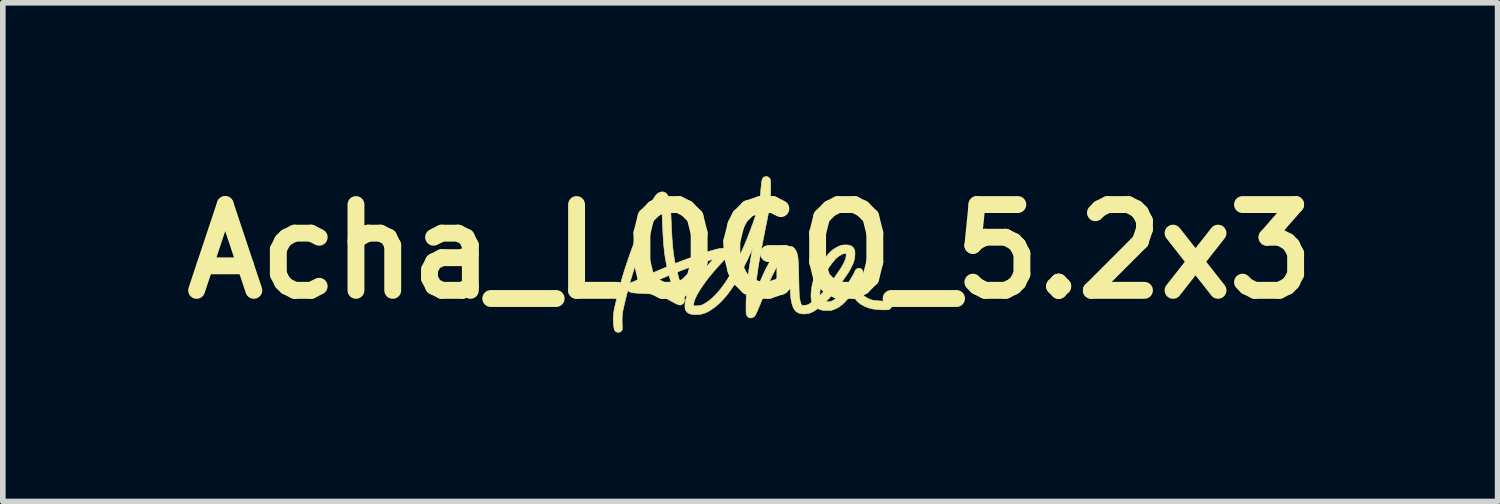
<source format=kicad_pcb>
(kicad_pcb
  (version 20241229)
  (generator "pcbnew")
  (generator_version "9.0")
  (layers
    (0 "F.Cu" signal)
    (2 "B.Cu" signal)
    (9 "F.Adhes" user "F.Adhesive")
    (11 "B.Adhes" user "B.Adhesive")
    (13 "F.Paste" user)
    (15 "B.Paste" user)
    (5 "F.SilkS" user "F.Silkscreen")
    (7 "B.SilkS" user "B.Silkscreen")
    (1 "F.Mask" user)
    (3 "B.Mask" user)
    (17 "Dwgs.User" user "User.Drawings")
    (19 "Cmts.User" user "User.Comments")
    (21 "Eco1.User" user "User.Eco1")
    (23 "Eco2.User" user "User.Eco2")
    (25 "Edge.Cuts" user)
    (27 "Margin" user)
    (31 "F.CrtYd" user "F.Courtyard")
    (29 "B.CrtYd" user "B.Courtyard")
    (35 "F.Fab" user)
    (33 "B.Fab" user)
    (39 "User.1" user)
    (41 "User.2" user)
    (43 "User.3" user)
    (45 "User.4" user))
  (footprint "Acha_LOGO_5.2x3"
    (layer "F.Cu")
    (at 10.276 1.418)
    (property "Reference" "Acha_LOGO_5.2x3" (at 0 0 0) (layer "F.SilkS") (effects (font (size 1.524 1.524) (thickness 0.3))))
    (attr through_hole)
    (fp_poly (pts (xy 0.316 -1.325) (xy 0.335 -1.312) (xy 0.337 -1.31) (xy 0.344 -1.302) (xy 0.349 -1.295) (xy 0.354 -1.286) (xy 0.357 -1.276) (xy 0.36 -1.264) (xy 0.362 -1.247) (xy 0.363 -1.227) (xy 0.363 -1.201) (xy 0.364 -1.17) (xy 0.363 -1.132) (xy 0.363 -1.086) (xy 0.363 -1.082) (xy 0.362 -1.045) (xy 0.362 -1.011) (xy 0.361 -0.98) (xy 0.36 -0.952) (xy 0.358 -0.924) (xy 0.356 -0.898) (xy 0.354 -0.871) (xy 0.35 -0.842) (xy 0.346 -0.813) (xy 0.341 -0.78) (xy 0.335 -0.745) (xy 0.328 -0.705) (xy 0.32 -0.661) (xy 0.31 -0.61) (xy 0.299 -0.554) (xy 0.286 -0.49) (xy 0.279 -0.457) (xy 0.258 -0.349) (xy 0.238 -0.248) (xy 0.22 -0.155) (xy 0.203 -0.068) (xy 0.188 0.012) (xy 0.175 0.087) (xy 0.162 0.157) (xy 0.151 0.222) (xy 0.141 0.283) (xy 0.133 0.341) (xy 0.125 0.396) (xy 0.118 0.448) (xy 0.112 0.498) (xy 0.106 0.547) (xy 0.101 0.595) (xy 0.097 0.643) (xy 0.095 0.664) (xy 0.093 0.689) (xy 0.092 0.711) (xy 0.091 0.728) (xy 0.09 0.739) (xy 0.09 0.743) (xy 0.092 0.74) (xy 0.096 0.729) (xy 0.103 0.713) (xy 0.112 0.691) (xy 0.123 0.664) (xy 0.136 0.634) (xy 0.149 0.601) (xy 0.15 0.599) (xy 0.178 0.53) (xy 0.204 0.468) (xy 0.229 0.412) (xy 0.252 0.361) (xy 0.276 0.313) (xy 0.3 0.267) (xy 0.324 0.222) (xy 0.35 0.177) (xy 0.365 0.152) (xy 0.404 0.093) (xy 0.443 0.042) (xy 0.482 -0.001) (xy 0.522 -0.036) (xy 0.563 -0.062) (xy 0.604 -0.08) (xy 0.607 -0.082) (xy 0.631 -0.087) (xy 0.657 -0.09) (xy 0.684 -0.092) (xy 0.71 -0.091) (xy 0.733 -0.088) (xy 0.75 -0.083) (xy 0.752 -0.082) (xy 0.775 -0.065) (xy 0.796 -0.041) (xy 0.815 -0.011) (xy 0.829 0.023) (xy 0.84 0.061) (xy 0.84 0.061) (xy 0.843 0.079) (xy 0.846 0.099) (xy 0.849 0.12) (xy 0.851 0.144) (xy 0.853 0.171) (xy 0.855 0.202) (xy 0.857 0.237) (xy 0.858 0.278) (xy 0.86 0.325) (xy 0.861 0.378) (xy 0.862 0.438) (xy 0.864 0.506) (xy 0.864 0.512) (xy 0.865 0.557) (xy 0.866 0.6) (xy 0.867 0.641) (xy 0.868 0.679) (xy 0.869 0.713) (xy 0.87 0.742) (xy 0.871 0.765) (xy 0.872 0.78) (xy 0.872 0.783) (xy 0.877 0.822) (xy 0.883 0.859) (xy 0.891 0.892) (xy 0.899 0.919) (xy 0.903 0.929) (xy 0.91 0.943) (xy 0.916 0.95) (xy 0.923 0.954) (xy 0.929 0.955) (xy 0.95 0.957) (xy 0.974 0.955) (xy 0.998 0.952) (xy 1.019 0.946) (xy 1.023 0.944) (xy 1.041 0.936) (xy 1.058 0.926) (xy 1.073 0.915) (xy 1.085 0.906) (xy 1.093 0.898) (xy 1.094 0.893) (xy 1.087 0.869) (xy 1.083 0.839) (xy 1.08 0.803) (xy 1.08 0.763) (xy 1.081 0.757) (xy 1.236 0.757) (xy 1.236 0.78) (xy 1.246 0.772) (xy 1.252 0.766) (xy 1.263 0.755) (xy 1.277 0.741) (xy 1.292 0.725) (xy 1.297 0.72) (xy 1.316 0.699) (xy 1.335 0.677) (xy 1.355 0.653) (xy 1.376 0.626) (xy 1.4 0.595) (xy 1.426 0.559) (xy 1.456 0.518) (xy 1.489 0.472) (xy 1.519 0.43) (xy 1.544 0.393) (xy 1.566 0.362) (xy 1.584 0.336) (xy 1.599 0.313) (xy 1.612 0.294) (xy 1.623 0.276) (xy 1.632 0.26) (xy 1.641 0.245) (xy 1.649 0.23) (xy 1.656 0.217) (xy 1.672 0.184) (xy 1.684 0.156) (xy 1.693 0.131) (xy 1.699 0.108) (xy 1.703 0.084) (xy 1.704 0.073) (xy 1.707 0.038) (xy 1.679 0.038) (xy 1.663 0.039) (xy 1.65 0.041) (xy 1.637 0.046) (xy 1.621 0.054) (xy 1.57 0.085) (xy 1.525 0.122) (xy 1.514 0.133) (xy 1.5 0.149) (xy 1.482 0.17) (xy 1.462 0.195) (xy 1.441 0.223) (xy 1.42 0.251) (xy 1.401 0.278) (xy 1.384 0.304) (xy 1.382 0.306) (xy 1.363 0.339) (xy 1.342 0.379) (xy 1.321 0.422) (xy 1.302 0.467) (xy 1.285 0.511) (xy 1.27 0.553) (xy 1.26 0.59) (xy 1.254 0.616) (xy 1.248 0.647) (xy 1.243 0.678) (xy 1.24 0.709) (xy 1.237 0.736) (xy 1.236 0.757) (xy 1.081 0.757) (xy 1.083 0.72) (xy 1.086 0.691) (xy 1.093 0.64) (xy 1.1 0.596) (xy 1.11 0.555) (xy 1.121 0.516) (xy 1.134 0.475) (xy 1.151 0.43) (xy 1.152 0.428) (xy 1.176 0.37) (xy 1.2 0.319) (xy 1.225 0.272) (xy 1.252 0.226) (xy 1.283 0.18) (xy 1.314 0.138) (xy 1.344 0.098) (xy 1.37 0.065) (xy 1.394 0.037) (xy 1.417 0.014) (xy 1.439 -0.007) (xy 1.462 -0.026) (xy 1.486 -0.043) (xy 1.528 -0.07) (xy 1.566 -0.09) (xy 1.603 -0.105) (xy 1.639 -0.114) (xy 1.675 -0.117) (xy 1.72 -0.117) (xy 1.759 -0.112) (xy 1.792 -0.1) (xy 1.818 -0.084) (xy 1.838 -0.061) (xy 1.853 -0.034) (xy 1.853 -0.032) (xy 1.858 -0.011) (xy 1.86 0.017) (xy 1.86 0.049) (xy 1.858 0.083) (xy 1.853 0.118) (xy 1.847 0.152) (xy 1.839 0.182) (xy 1.835 0.193) (xy 1.825 0.218) (xy 1.811 0.248) (xy 1.794 0.281) (xy 1.776 0.315) (xy 1.759 0.347) (xy 1.741 0.376) (xy 1.733 0.388) (xy 1.719 0.409) (xy 1.701 0.435) (xy 1.68 0.466) (xy 1.656 0.5) (xy 1.631 0.536) (xy 1.605 0.572) (xy 1.58 0.608) (xy 1.555 0.641) (xy 1.533 0.672) (xy 1.514 0.699) (xy 1.498 0.719) (xy 1.497 0.721) (xy 1.48 0.742) (xy 1.46 0.766) (xy 1.437 0.792) (xy 1.414 0.817) (xy 1.399 0.833) (xy 1.341 0.893) (xy 1.377 0.893) (xy 1.402 0.892) (xy 1.423 0.889) (xy 1.441 0.883) (xy 1.476 0.867) (xy 1.512 0.843) (xy 1.551 0.811) (xy 1.59 0.772) (xy 1.629 0.726) (xy 1.669 0.674) (xy 1.685 0.651) (xy 1.695 0.636) (xy 1.708 0.615) (xy 1.724 0.591) (xy 1.74 0.564) (xy 1.758 0.535) (xy 1.775 0.505) (xy 1.793 0.476) (xy 1.809 0.448) (xy 1.824 0.423) (xy 1.836 0.4) (xy 1.846 0.383) (xy 1.852 0.371) (xy 1.854 0.366) (xy 1.863 0.342) (xy 1.874 0.325) (xy 1.886 0.312) (xy 1.895 0.307) (xy 1.917 0.298) (xy 1.939 0.297) (xy 1.96 0.303) (xy 1.979 0.314) (xy 1.993 0.331) (xy 2.003 0.352) (xy 2.006 0.375) (xy 2.006 0.387) (xy 2.003 0.404) (xy 2 0.423) (xy 1.998 0.43) (xy 1.99 0.467) (xy 1.984 0.501) (xy 1.98 0.533) (xy 1.978 0.566) (xy 1.976 0.602) (xy 1.975 0.641) (xy 1.975 0.671) (xy 1.975 0.694) (xy 1.976 0.71) (xy 1.976 0.722) (xy 1.978 0.731) (xy 1.98 0.737) (xy 1.982 0.742) (xy 1.984 0.745) (xy 2.003 0.77) (xy 2.03 0.794) (xy 2.062 0.816) (xy 2.099 0.836) (xy 2.111 0.842) (xy 2.132 0.851) (xy 2.154 0.858) (xy 2.177 0.864) (xy 2.202 0.868) (xy 2.232 0.872) (xy 2.266 0.875) (xy 2.306 0.878) (xy 2.353 0.88) (xy 2.362 0.88) (xy 2.393 0.881) (xy 2.416 0.882) (xy 2.434 0.884) (xy 2.447 0.885) (xy 2.457 0.887) (xy 2.464 0.889) (xy 2.471 0.892) (xy 2.471 0.892) (xy 2.491 0.907) (xy 2.505 0.926) (xy 2.512 0.946) (xy 2.513 0.968) (xy 2.507 0.99) (xy 2.494 1.009) (xy 2.475 1.025) (xy 2.471 1.028) (xy 2.459 1.031) (xy 2.441 1.034) (xy 2.416 1.035) (xy 2.387 1.036) (xy 2.354 1.035) (xy 2.318 1.034) (xy 2.282 1.031) (xy 2.245 1.028) (xy 2.21 1.024) (xy 2.177 1.02) (xy 2.167 1.018) (xy 2.125 1.008) (xy 2.079 0.993) (xy 2.035 0.974) (xy 1.993 0.953) (xy 1.965 0.936) (xy 1.93 0.909) (xy 1.898 0.879) (xy 1.871 0.847) (xy 1.849 0.815) (xy 1.834 0.782) (xy 1.827 0.752) (xy 1.826 0.751) (xy 1.824 0.738) (xy 1.822 0.731) (xy 1.82 0.729) (xy 1.817 0.733) (xy 1.809 0.742) (xy 1.799 0.755) (xy 1.786 0.772) (xy 1.784 0.775) (xy 1.743 0.827) (xy 1.702 0.874) (xy 1.661 0.917) (xy 1.621 0.952) (xy 1.583 0.981) (xy 1.562 0.994) (xy 1.536 1.007) (xy 1.509 1.02) (xy 1.482 1.031) (xy 1.46 1.039) (xy 1.456 1.04) (xy 1.441 1.044) (xy 1.423 1.046) (xy 1.401 1.047) (xy 1.372 1.047) (xy 1.365 1.047) (xy 1.327 1.046) (xy 1.295 1.044) (xy 1.267 1.039) (xy 1.242 1.031) (xy 1.221 1.023) (xy 1.199 1.013) (xy 1.164 1.038) (xy 1.124 1.064) (xy 1.085 1.084) (xy 1.046 1.097) (xy 1.004 1.105) (xy 0.972 1.108) (xy 0.938 1.108) (xy 0.91 1.106) (xy 0.885 1.101) (xy 0.861 1.092) (xy 0.847 1.085) (xy 0.82 1.069) (xy 0.797 1.047) (xy 0.778 1.019) (xy 0.761 0.985) (xy 0.746 0.944) (xy 0.734 0.895) (xy 0.729 0.87) (xy 0.725 0.851) (xy 0.722 0.83) (xy 0.72 0.809) (xy 0.717 0.785) (xy 0.715 0.758) (xy 0.714 0.727) (xy 0.712 0.692) (xy 0.711 0.651) (xy 0.71 0.604) (xy 0.708 0.551) (xy 0.707 0.49) (xy 0.707 0.468) (xy 0.706 0.399) (xy 0.704 0.337) (xy 0.703 0.284) (xy 0.701 0.237) (xy 0.7 0.197) (xy 0.698 0.163) (xy 0.695 0.135) (xy 0.693 0.112) (xy 0.69 0.094) (xy 0.688 0.084) (xy 0.685 0.071) (xy 0.682 0.064) (xy 0.677 0.062) (xy 0.668 0.062) (xy 0.668 0.062) (xy 0.654 0.065) (xy 0.639 0.07) (xy 0.634 0.072) (xy 0.62 0.082) (xy 0.602 0.097) (xy 0.583 0.115) (xy 0.564 0.136) (xy 0.545 0.158) (xy 0.53 0.179) (xy 0.53 0.179) (xy 0.502 0.222) (xy 0.473 0.271) (xy 0.443 0.325) (xy 0.414 0.383) (xy 0.384 0.442) (xy 0.357 0.501) (xy 0.331 0.56) (xy 0.325 0.576) (xy 0.315 0.599) (xy 0.303 0.629) (xy 0.289 0.663) (xy 0.274 0.7) (xy 0.258 0.738) (xy 0.243 0.776) (xy 0.236 0.794) (xy 0.211 0.853) (xy 0.19 0.905) (xy 0.171 0.95) (xy 0.155 0.989) (xy 0.141 1.022) (xy 0.129 1.05) (xy 0.119 1.073) (xy 0.111 1.092) (xy 0.103 1.107) (xy 0.097 1.12) (xy 0.092 1.129) (xy 0.087 1.137) (xy 0.082 1.143) (xy 0.078 1.148) (xy 0.073 1.152) (xy 0.068 1.156) (xy 0.067 1.158) (xy 0.044 1.172) (xy 0.02 1.179) (xy -0.004 1.179) (xy -0.026 1.171) (xy -0.046 1.157) (xy -0.061 1.135) (xy -0.064 1.13) (xy -0.067 1.124) (xy -0.069 1.118) (xy -0.07 1.111) (xy -0.072 1.103) (xy -0.073 1.093) (xy -0.073 1.079) (xy -0.074 1.06) (xy -0.074 1.037) (xy -0.074 1.007) (xy -0.074 0.969) (xy -0.074 0.959) (xy -0.072 0.858) (xy -0.068 0.755) (xy -0.06 0.649) (xy -0.05 0.54) (xy -0.037 0.427) (xy -0.021 0.31) (xy -0.001 0.186) (xy 0.021 0.057) (xy 0.04 -0.042) (xy 0.041 -0.046) (xy 0.041 -0.048) (xy 0.04 -0.047) (xy 0.038 -0.044) (xy 0.034 -0.036) (xy 0.029 -0.024) (xy 0.021 -0.007) (xy 0.01 0.017) (xy -0.003 0.047) (xy -0.009 0.059) (xy -0.022 0.088) (xy -0.038 0.122) (xy -0.056 0.161) (xy -0.077 0.202) (xy -0.098 0.246) (xy -0.12 0.29) (xy -0.142 0.334) (xy -0.164 0.377) (xy -0.184 0.417) (xy -0.203 0.453) (xy -0.219 0.483) (xy -0.233 0.508) (xy -0.235 0.512) (xy -0.274 0.577) (xy -0.317 0.642) (xy -0.362 0.706) (xy -0.409 0.767) (xy -0.457 0.824) (xy -0.505 0.877) (xy -0.553 0.924) (xy -0.598 0.964) (xy -0.605 0.97) (xy -0.63 0.989) (xy -0.657 1.008) (xy -0.685 1.028) (xy -0.713 1.046) (xy -0.738 1.062) (xy -0.759 1.073) (xy -0.762 1.075) (xy -0.814 1.097) (xy -0.87 1.112) (xy -0.927 1.12) (xy -0.983 1.121) (xy -1.033 1.116) (xy -1.07 1.107) (xy -1.099 1.094) (xy -1.123 1.076) (xy -1.141 1.053) (xy -1.146 1.044) (xy -1.155 1.02) (xy -1.159 0.99) (xy -1.16 0.955) (xy -1.157 0.916) (xy -1.15 0.875) (xy -1.14 0.833) (xy -1.132 0.81) (xy -1.118 0.774) (xy -1.099 0.733) (xy -1.075 0.687) (xy -1.046 0.638) (xy -1.014 0.586) (xy -0.978 0.532) (xy -0.939 0.477) (xy -0.898 0.421) (xy -0.855 0.365) (xy -0.811 0.31) (xy -0.766 0.257) (xy -0.742 0.23) (xy -0.724 0.209) (xy -0.706 0.189) (xy -0.691 0.172) (xy -0.679 0.159) (xy -0.671 0.15) (xy -0.67 0.148) (xy -0.66 0.136) (xy -0.693 0.146) (xy -0.72 0.155) (xy -0.752 0.165) (xy -0.787 0.177) (xy -0.826 0.191) (xy -0.867 0.205) (xy -0.91 0.22) (xy -0.954 0.236) (xy -0.998 0.252) (xy -1.042 0.268) (xy -1.085 0.284) (xy -1.125 0.299) (xy -1.163 0.313) (xy -1.198 0.326) (xy -1.228 0.338) (xy -1.254 0.348) (xy -1.274 0.357) (xy -1.287 0.363) (xy -1.294 0.367) (xy -1.294 0.367) (xy -1.294 0.372) (xy -1.291 0.385) (xy -1.286 0.403) (xy -1.28 0.427) (xy -1.273 0.454) (xy -1.265 0.484) (xy -1.262 0.492) (xy -1.245 0.554) (xy -1.229 0.608) (xy -1.216 0.655) (xy -1.204 0.696) (xy -1.195 0.73) (xy -1.187 0.76) (xy -1.18 0.784) (xy -1.175 0.804) (xy -1.171 0.821) (xy -1.169 0.834) (xy -1.167 0.844) (xy -1.166 0.853) (xy -1.166 0.86) (xy -1.166 0.866) (xy -1.166 0.87) (xy -1.171 0.892) (xy -1.18 0.909) (xy -1.194 0.926) (xy -1.194 0.926) (xy -1.208 0.937) (xy -1.221 0.945) (xy -1.234 0.949) (xy -1.249 0.95) (xy -1.267 0.947) (xy -1.288 0.94) (xy -1.313 0.929) (xy -1.343 0.914) (xy -1.379 0.894) (xy -1.393 0.887) (xy -1.44 0.86) (xy -1.481 0.838) (xy -1.516 0.82) (xy -1.546 0.805) (xy -1.572 0.793) (xy -1.594 0.784) (xy -1.614 0.778) (xy -1.616 0.777) (xy -1.654 0.768) (xy -1.7 0.76) (xy -1.754 0.754) (xy -1.817 0.749) (xy -1.887 0.745) (xy -1.892 0.745) (xy -1.944 0.743) (xy -1.988 0.741) (xy -2.025 0.738) (xy -2.056 0.736) (xy -2.082 0.733) (xy -2.103 0.729) (xy -2.12 0.725) (xy -2.134 0.72) (xy -2.147 0.714) (xy -2.157 0.708) (xy -2.158 0.707) (xy -2.176 0.695) (xy -2.18 0.71) (xy -2.188 0.742) (xy -2.197 0.777) (xy -2.206 0.815) (xy -2.216 0.854) (xy -2.225 0.893) (xy -2.235 0.932) (xy -2.243 0.969) (xy -2.251 1.002) (xy -2.257 1.03) (xy -2.262 1.053) (xy -2.265 1.069) (xy -2.265 1.07) (xy -2.27 1.108) (xy -2.274 1.153) (xy -2.275 1.205) (xy -2.275 1.266) (xy -2.273 1.331) (xy -2.272 1.354) (xy -2.272 1.37) (xy -2.273 1.381) (xy -2.275 1.389) (xy -2.277 1.396) (xy -2.281 1.402) (xy -2.296 1.419) (xy -2.316 1.43) (xy -2.338 1.435) (xy -2.361 1.433) (xy -2.381 1.425) (xy -2.394 1.416) (xy -2.405 1.403) (xy -2.413 1.386) (xy -2.419 1.362) (xy -2.423 1.336) (xy -2.43 1.275) (xy -2.433 1.215) (xy -2.431 1.154) (xy -2.425 1.09) (xy -2.417 1.037) (xy -2.413 1.019) (xy -2.408 0.993) (xy -2.401 0.962) (xy -2.392 0.925) (xy -2.383 0.884) (xy -2.372 0.84) (xy -2.361 0.794) (xy -2.349 0.747) (xy -2.337 0.7) (xy -2.325 0.654) (xy -2.313 0.61) (xy -2.308 0.59) (xy -1.819 0.59) (xy -1.817 0.592) (xy -1.812 0.593) (xy -1.81 0.593) (xy -1.794 0.595) (xy -1.777 0.597) (xy -1.773 0.597) (xy -1.761 0.597) (xy -1.743 0.599) (xy -1.721 0.602) (xy -1.696 0.606) (xy -1.67 0.61) (xy -1.645 0.614) (xy -1.624 0.618) (xy -1.608 0.621) (xy -1.602 0.622) (xy -1.565 0.634) (xy -1.524 0.649) (xy -1.481 0.668) (xy -1.438 0.688) (xy -1.399 0.709) (xy -1.378 0.721) (xy -1.365 0.729) (xy -1.358 0.731) (xy -1.355 0.73) (xy -1.356 0.725) (xy -1.358 0.719) (xy -1.362 0.706) (xy -1.367 0.687) (xy -1.374 0.663) (xy -1.382 0.635) (xy -1.391 0.603) (xy -1.399 0.576) (xy -1.409 0.542) (xy -1.417 0.512) (xy -1.425 0.484) (xy -1.432 0.461) (xy -1.437 0.444) (xy -1.44 0.433) (xy -1.441 0.429) (xy -1.446 0.427) (xy -1.456 0.43) (xy -1.473 0.437) (xy -1.476 0.438) (xy -1.49 0.444) (xy -1.51 0.452) (xy -1.535 0.463) (xy -1.561 0.474) (xy -1.589 0.486) (xy -1.596 0.489) (xy -1.627 0.502) (xy -1.662 0.517) (xy -1.696 0.532) (xy -1.729 0.546) (xy -1.754 0.558) (xy -1.78 0.569) (xy -1.798 0.578) (xy -1.81 0.584) (xy -1.816 0.588) (xy -1.819 0.59) (xy -2.308 0.59) (xy -2.302 0.569) (xy -2.301 0.563) (xy -2.138 0.563) (xy -2.076 0.536) (xy -2.05 0.525) (xy -2.019 0.511) (xy -1.987 0.496) (xy -1.956 0.482) (xy -1.941 0.475) (xy -1.896 0.454) (xy -1.856 0.435) (xy -1.819 0.418) (xy -1.783 0.402) (xy -1.746 0.386) (xy -1.707 0.369) (xy -1.662 0.349) (xy -1.645 0.342) (xy -1.616 0.33) (xy -1.589 0.318) (xy -1.566 0.309) (xy -1.547 0.301) (xy -1.534 0.295) (xy -1.527 0.292) (xy -1.526 0.292) (xy -1.522 0.291) (xy -1.512 0.286) (xy -1.502 0.282) (xy -1.478 0.271) (xy -1.487 0.232) (xy -1.496 0.183) (xy -1.505 0.135) (xy -1.513 0.086) (xy -1.52 0.035) (xy -1.526 -0.018) (xy -1.532 -0.074) (xy -1.538 -0.134) (xy -1.543 -0.198) (xy -1.547 -0.267) (xy -1.551 -0.342) (xy -1.555 -0.424) (xy -1.559 -0.513) (xy -1.56 -0.544) (xy -1.563 -0.609) (xy -1.566 -0.667) (xy -1.569 -0.719) (xy -1.573 -0.764) (xy -1.576 -0.801) (xy -1.58 -0.831) (xy -1.583 -0.847) (xy -1.586 -0.861) (xy -1.607 -0.823) (xy -1.622 -0.797) (xy -1.639 -0.765) (xy -1.657 -0.729) (xy -1.675 -0.692) (xy -1.693 -0.655) (xy -1.709 -0.622) (xy -1.722 -0.593) (xy -1.723 -0.591) (xy -1.737 -0.558) (xy -1.753 -0.518) (xy -1.772 -0.472) (xy -1.792 -0.421) (xy -1.814 -0.366) (xy -1.837 -0.309) (xy -1.86 -0.249) (xy -1.883 -0.189) (xy -1.906 -0.128) (xy -1.928 -0.069) (xy -1.95 -0.012) (xy -1.97 0.042) (xy -1.988 0.092) (xy -2.004 0.136) (xy -2.009 0.152) (xy -2.018 0.178) (xy -2.026 0.201) (xy -2.034 0.221) (xy -2.039 0.237) (xy -2.042 0.246) (xy -2.042 0.246) (xy -2.045 0.254) (xy -2.05 0.269) (xy -2.057 0.29) (xy -2.065 0.315) (xy -2.073 0.343) (xy -2.083 0.374) (xy -2.093 0.405) (xy -2.102 0.436) (xy -2.111 0.466) (xy -2.119 0.492) (xy -2.126 0.516) (xy -2.131 0.534) (xy -2.135 0.545) (xy -2.136 0.549) (xy -2.138 0.563) (xy -2.301 0.563) (xy -2.3 0.561) (xy -2.278 0.481) (xy -2.254 0.4) (xy -2.228 0.316) (xy -2.199 0.23) (xy -2.169 0.139) (xy -2.136 0.045) (xy -2.1 -0.054) (xy -2.061 -0.158) (xy -2.019 -0.268) (xy -1.973 -0.384) (xy -1.93 -0.493) (xy -1.904 -0.557) (xy -1.881 -0.614) (xy -1.859 -0.665) (xy -1.838 -0.712) (xy -1.817 -0.755) (xy -1.796 -0.797) (xy -1.775 -0.838) (xy -1.753 -0.879) (xy -1.752 -0.879) (xy -1.728 -0.921) (xy -1.706 -0.956) (xy -1.687 -0.984) (xy -1.669 -1.007) (xy -1.652 -1.024) (xy -1.636 -1.037) (xy -1.624 -1.043) (xy -1.592 -1.056) (xy -1.563 -1.06) (xy -1.536 -1.057) (xy -1.511 -1.046) (xy -1.488 -1.027) (xy -1.488 -1.027) (xy -1.476 -1.015) (xy -1.467 -1.001) (xy -1.458 -0.984) (xy -1.451 -0.964) (xy -1.444 -0.94) (xy -1.438 -0.91) (xy -1.431 -0.874) (xy -1.427 -0.843) (xy -1.423 -0.817) (xy -1.42 -0.793) (xy -1.417 -0.769) (xy -1.414 -0.745) (xy -1.412 -0.718) (xy -1.41 -0.688) (xy -1.408 -0.653) (xy -1.407 -0.613) (xy -1.405 -0.567) (xy -1.403 -0.533) (xy -1.399 -0.429) (xy -1.394 -0.333) (xy -1.389 -0.245) (xy -1.383 -0.164) (xy -1.377 -0.091) (xy -1.37 -0.023) (xy -1.363 0.038) (xy -1.355 0.093) (xy -1.346 0.143) (xy -1.344 0.154) (xy -1.34 0.175) (xy -1.336 0.192) (xy -1.333 0.204) (xy -1.332 0.21) (xy -1.332 0.211) (xy -1.328 0.209) (xy -1.317 0.206) (xy -1.3 0.2) (xy -1.279 0.192) (xy -1.254 0.182) (xy -1.229 0.173) (xy -1.134 0.137) (xy -1.044 0.104) (xy -0.96 0.074) (xy -0.881 0.046) (xy -0.809 0.022) (xy -0.743 0.001) (xy -0.683 -0.017) (xy -0.631 -0.032) (xy -0.585 -0.044) (xy -0.547 -0.052) (xy -0.54 -0.053) (xy -0.502 -0.058) (xy -0.47 -0.056) (xy -0.444 -0.048) (xy -0.423 -0.035) (xy -0.412 -0.023) (xy -0.401 -0.002) (xy -0.396 0.023) (xy -0.398 0.05) (xy -0.405 0.076) (xy -0.414 0.092) (xy -0.42 0.1) (xy -0.431 0.113) (xy -0.446 0.13) (xy -0.464 0.15) (xy -0.483 0.171) (xy -0.494 0.183) (xy -0.556 0.251) (xy -0.613 0.314) (xy -0.664 0.374) (xy -0.711 0.43) (xy -0.754 0.484) (xy -0.794 0.537) (xy -0.831 0.589) (xy -0.857 0.627) (xy -0.892 0.68) (xy -0.921 0.728) (xy -0.946 0.771) (xy -0.965 0.81) (xy -0.981 0.846) (xy -0.993 0.88) (xy -1.001 0.913) (xy -1.005 0.941) (xy -1.008 0.965) (xy -0.958 0.965) (xy -0.924 0.964) (xy -0.896 0.961) (xy -0.871 0.955) (xy -0.847 0.945) (xy -0.826 0.935) (xy -0.772 0.902) (xy -0.719 0.864) (xy -0.667 0.82) (xy -0.616 0.769) (xy -0.564 0.711) (xy -0.511 0.646) (xy -0.458 0.573) (xy -0.425 0.525) (xy -0.411 0.504) (xy -0.398 0.483) (xy -0.384 0.46) (xy -0.37 0.435) (xy -0.354 0.406) (xy -0.336 0.373) (xy -0.317 0.335) (xy -0.294 0.291) (xy -0.269 0.24) (xy -0.265 0.233) (xy -0.224 0.151) (xy -0.187 0.073) (xy -0.152 -0.002) (xy -0.119 -0.076) (xy -0.087 -0.151) (xy -0.055 -0.229) (xy -0.023 -0.311) (xy 0.011 -0.399) (xy 0.022 -0.43) (xy 0.053 -0.515) (xy 0.08 -0.593) (xy 0.104 -0.666) (xy 0.124 -0.734) (xy 0.141 -0.799) (xy 0.156 -0.861) (xy 0.168 -0.921) (xy 0.171 -0.94) (xy 0.174 -0.958) (xy 0.177 -0.975) (xy 0.179 -0.992) (xy 0.181 -1.01) (xy 0.183 -1.031) (xy 0.186 -1.055) (xy 0.188 -1.084) (xy 0.191 -1.119) (xy 0.195 -1.162) (xy 0.195 -1.166) (xy 0.199 -1.208) (xy 0.204 -1.242) (xy 0.21 -1.27) (xy 0.217 -1.291) (xy 0.227 -1.307) (xy 0.239 -1.319) (xy 0.254 -1.326) (xy 0.271 -1.331) (xy 0.271 -1.331) (xy 0.294 -1.332) (xy 0.316 -1.325)) (stroke (width 0.01) (type solid)) (fill yes) (layer "F.SilkS")))
  (gr_rect
    (start -3 -3)
    (end 23.552 5.858)
    (stroke (width 0.1) (type default))
    (fill no)
    (layer "Edge.Cuts")))
</source>
